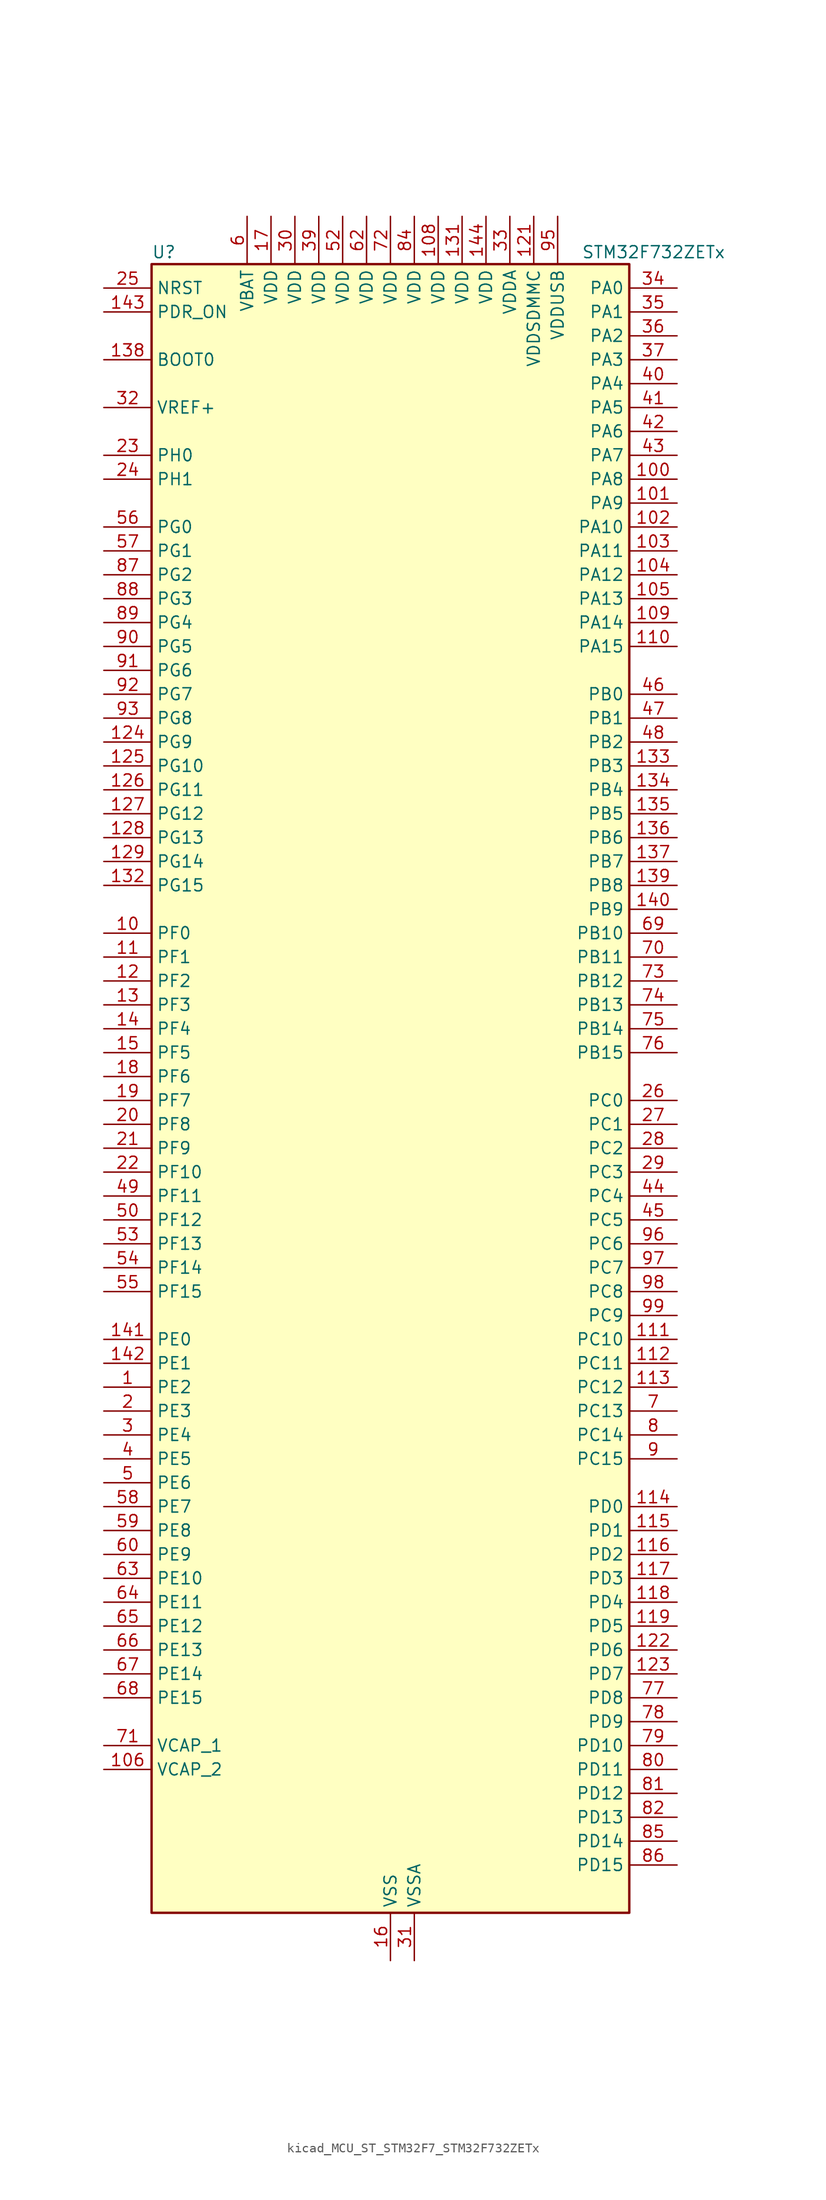
<source format=kicad_sym>
(kicad_symbol_lib
  (version 20220914)
  (generator kicad_symbol_editor)
  (symbol "kicad_MCU_ST_STM32F7_STM32F732ZETx"
    (property "Reference" "U"
      (at -25.4 90.17 0)
      (effects (font (size 1.27 1.27)) (justify left)))
    (property "Value" "STM32F732ZETx"
      (at 20.32 90.17 0)
      (effects (font (size 1.27 1.27)) (justify left)))
    (property "ki_locked" ""
      (at 0 0 0)
      (effects (font (size 1.27 1.27))))
    (symbol "kicad_MCU_ST_STM32F7_STM32F732ZETx_0_1"
      (rectangle (start -25.4 -86.36) (end 25.4 88.9) (stroke (width 0.254) (type default)) (fill (type background))))
    (symbol "kicad_MCU_ST_STM32F7_STM32F732ZETx_1_1"
      (pin bidirectional line (at -30.48 -30.48 0) (length 5.08) (name "PE2" (effects (font (size 1.27 1.27)))) (number "1" (effects (font (size 1.27 1.27)))) (alternate "FMC_A23" bidirectional line) (alternate "QUADSPI_BK1_IO2" bidirectional line) (alternate "SAI1_MCLK_A" bidirectional line) (alternate "SPI4_SCK" bidirectional line) (alternate "SYS_TRACECLK" bidirectional line))
      (pin bidirectional line (at -30.48 17.78 0) (length 5.08) (name "PF0" (effects (font (size 1.27 1.27)))) (number "10" (effects (font (size 1.27 1.27)))) (alternate "FMC_A0" bidirectional line) (alternate "I2C2_SDA" bidirectional line))
      (pin bidirectional line (at 30.48 66.04 180) (length 5.08) (name "PA8" (effects (font (size 1.27 1.27)))) (number "100" (effects (font (size 1.27 1.27)))) (alternate "I2C3_SCL" bidirectional line) (alternate "RCC_MCO_1" bidirectional line) (alternate "TIM1_CH1" bidirectional line) (alternate "TIM8_BKIN2" bidirectional line) (alternate "USART1_CK" bidirectional line) (alternate "USB_OTG_FS_SOF" bidirectional line))
      (pin bidirectional line (at 30.48 63.5 180) (length 5.08) (name "PA9" (effects (font (size 1.27 1.27)))) (number "101" (effects (font (size 1.27 1.27)))) (alternate "DAC_EXTI9" bidirectional line) (alternate "I2C3_SMBA" bidirectional line) (alternate "I2S2_CK" bidirectional line) (alternate "SPI2_SCK" bidirectional line) (alternate "TIM1_CH2" bidirectional line) (alternate "USART1_TX" bidirectional line) (alternate "USB_OTG_FS_VBUS" bidirectional line))
      (pin bidirectional line (at 30.48 60.96 180) (length 5.08) (name "PA10" (effects (font (size 1.27 1.27)))) (number "102" (effects (font (size 1.27 1.27)))) (alternate "TIM1_CH3" bidirectional line) (alternate "USART1_RX" bidirectional line) (alternate "USB_OTG_FS_ID" bidirectional line))
      (pin bidirectional line (at 30.48 58.42 180) (length 5.08) (name "PA11" (effects (font (size 1.27 1.27)))) (number "103" (effects (font (size 1.27 1.27)))) (alternate "ADC1_EXTI11" bidirectional line) (alternate "ADC2_EXTI11" bidirectional line) (alternate "ADC3_EXTI11" bidirectional line) (alternate "CAN1_RX" bidirectional line) (alternate "TIM1_CH4" bidirectional line) (alternate "USART1_CTS" bidirectional line) (alternate "USB_OTG_FS_DM" bidirectional line))
      (pin bidirectional line (at 30.48 55.88 180) (length 5.08) (name "PA12" (effects (font (size 1.27 1.27)))) (number "104" (effects (font (size 1.27 1.27)))) (alternate "CAN1_TX" bidirectional line) (alternate "SAI2_FS_B" bidirectional line) (alternate "TIM1_ETR" bidirectional line) (alternate "USART1_DE" bidirectional line) (alternate "USART1_RTS" bidirectional line) (alternate "USB_OTG_FS_DP" bidirectional line))
      (pin bidirectional line (at 30.48 53.34 180) (length 5.08) (name "PA13" (effects (font (size 1.27 1.27)))) (number "105" (effects (font (size 1.27 1.27)))) (alternate "SYS_JTMS-SWDIO" bidirectional line))
      (pin power_out line (at -30.48 -71.12 0) (length 5.08) (name "VCAP_2" (effects (font (size 1.27 1.27)))) (number "106" (effects (font (size 1.27 1.27)))))
      (pin passive line (at 0 -91.44 90) (length 5.08) hide (name "VSS" (effects (font (size 1.27 1.27)))) (number "107" (effects (font (size 1.27 1.27)))))
      (pin power_in line (at 5.08 93.98 270) (length 5.08) (name "VDD" (effects (font (size 1.27 1.27)))) (number "108" (effects (font (size 1.27 1.27)))))
      (pin bidirectional line (at 30.48 50.8 180) (length 5.08) (name "PA14" (effects (font (size 1.27 1.27)))) (number "109" (effects (font (size 1.27 1.27)))) (alternate "SYS_JTCK-SWCLK" bidirectional line))
      (pin bidirectional line (at -30.48 15.24 0) (length 5.08) (name "PF1" (effects (font (size 1.27 1.27)))) (number "11" (effects (font (size 1.27 1.27)))) (alternate "FMC_A1" bidirectional line) (alternate "I2C2_SCL" bidirectional line))
      (pin bidirectional line (at 30.48 48.26 180) (length 5.08) (name "PA15" (effects (font (size 1.27 1.27)))) (number "110" (effects (font (size 1.27 1.27)))) (alternate "I2S1_WS" bidirectional line) (alternate "I2S3_WS" bidirectional line) (alternate "SPI1_NSS" bidirectional line) (alternate "SPI3_NSS" bidirectional line) (alternate "SYS_JTDI" bidirectional line) (alternate "TIM2_CH1" bidirectional line) (alternate "TIM2_ETR" bidirectional line) (alternate "UART4_DE" bidirectional line) (alternate "UART4_RTS" bidirectional line))
      (pin bidirectional line (at 30.48 -25.4 180) (length 5.08) (name "PC10" (effects (font (size 1.27 1.27)))) (number "111" (effects (font (size 1.27 1.27)))) (alternate "I2S3_CK" bidirectional line) (alternate "QUADSPI_BK1_IO1" bidirectional line) (alternate "SDMMC1_D2" bidirectional line) (alternate "SPI3_SCK" bidirectional line) (alternate "UART4_TX" bidirectional line) (alternate "USART3_TX" bidirectional line))
      (pin bidirectional line (at 30.48 -27.94 180) (length 5.08) (name "PC11" (effects (font (size 1.27 1.27)))) (number "112" (effects (font (size 1.27 1.27)))) (alternate "ADC1_EXTI11" bidirectional line) (alternate "ADC2_EXTI11" bidirectional line) (alternate "ADC3_EXTI11" bidirectional line) (alternate "QUADSPI_BK2_NCS" bidirectional line) (alternate "SDMMC1_D3" bidirectional line) (alternate "SPI3_MISO" bidirectional line) (alternate "UART4_RX" bidirectional line) (alternate "USART3_RX" bidirectional line))
      (pin bidirectional line (at 30.48 -30.48 180) (length 5.08) (name "PC12" (effects (font (size 1.27 1.27)))) (number "113" (effects (font (size 1.27 1.27)))) (alternate "I2S3_SD" bidirectional line) (alternate "SDMMC1_CK" bidirectional line) (alternate "SPI3_MOSI" bidirectional line) (alternate "SYS_TRACED3" bidirectional line) (alternate "UART5_TX" bidirectional line) (alternate "USART3_CK" bidirectional line))
      (pin bidirectional line (at 30.48 -43.18 180) (length 5.08) (name "PD0" (effects (font (size 1.27 1.27)))) (number "114" (effects (font (size 1.27 1.27)))) (alternate "CAN1_RX" bidirectional line) (alternate "FMC_D2" bidirectional line) (alternate "FMC_DA2" bidirectional line))
      (pin bidirectional line (at 30.48 -45.72 180) (length 5.08) (name "PD1" (effects (font (size 1.27 1.27)))) (number "115" (effects (font (size 1.27 1.27)))) (alternate "CAN1_TX" bidirectional line) (alternate "FMC_D3" bidirectional line) (alternate "FMC_DA3" bidirectional line))
      (pin bidirectional line (at 30.48 -48.26 180) (length 5.08) (name "PD2" (effects (font (size 1.27 1.27)))) (number "116" (effects (font (size 1.27 1.27)))) (alternate "SDMMC1_CMD" bidirectional line) (alternate "SYS_TRACED2" bidirectional line) (alternate "TIM3_ETR" bidirectional line) (alternate "UART5_RX" bidirectional line))
      (pin bidirectional line (at 30.48 -50.8 180) (length 5.08) (name "PD3" (effects (font (size 1.27 1.27)))) (number "117" (effects (font (size 1.27 1.27)))) (alternate "FMC_CLK" bidirectional line) (alternate "I2S2_CK" bidirectional line) (alternate "SPI2_SCK" bidirectional line) (alternate "USART2_CTS" bidirectional line))
      (pin bidirectional line (at 30.48 -53.34 180) (length 5.08) (name "PD4" (effects (font (size 1.27 1.27)))) (number "118" (effects (font (size 1.27 1.27)))) (alternate "FMC_NOE" bidirectional line) (alternate "USART2_DE" bidirectional line) (alternate "USART2_RTS" bidirectional line))
      (pin bidirectional line (at 30.48 -55.88 180) (length 5.08) (name "PD5" (effects (font (size 1.27 1.27)))) (number "119" (effects (font (size 1.27 1.27)))) (alternate "FMC_NWE" bidirectional line) (alternate "USART2_TX" bidirectional line))
      (pin bidirectional line (at -30.48 12.7 0) (length 5.08) (name "PF2" (effects (font (size 1.27 1.27)))) (number "12" (effects (font (size 1.27 1.27)))) (alternate "FMC_A2" bidirectional line) (alternate "I2C2_SMBA" bidirectional line))
      (pin passive line (at 0 -91.44 90) (length 5.08) hide (name "VSS" (effects (font (size 1.27 1.27)))) (number "120" (effects (font (size 1.27 1.27)))))
      (pin power_in line (at 15.24 93.98 270) (length 5.08) (name "VDDSDMMC" (effects (font (size 1.27 1.27)))) (number "121" (effects (font (size 1.27 1.27)))))
      (pin bidirectional line (at 30.48 -58.42 180) (length 5.08) (name "PD6" (effects (font (size 1.27 1.27)))) (number "122" (effects (font (size 1.27 1.27)))) (alternate "FMC_NWAIT" bidirectional line) (alternate "I2S3_SD" bidirectional line) (alternate "SAI1_SD_A" bidirectional line) (alternate "SDMMC2_CK" bidirectional line) (alternate "SPI3_MOSI" bidirectional line) (alternate "USART2_RX" bidirectional line))
      (pin bidirectional line (at 30.48 -60.96 180) (length 5.08) (name "PD7" (effects (font (size 1.27 1.27)))) (number "123" (effects (font (size 1.27 1.27)))) (alternate "FMC_NE1" bidirectional line) (alternate "SDMMC2_CMD" bidirectional line) (alternate "USART2_CK" bidirectional line))
      (pin bidirectional line (at -30.48 38.1 0) (length 5.08) (name "PG9" (effects (font (size 1.27 1.27)))) (number "124" (effects (font (size 1.27 1.27)))) (alternate "DAC_EXTI9" bidirectional line) (alternate "FMC_NCE" bidirectional line) (alternate "FMC_NE2" bidirectional line) (alternate "QUADSPI_BK2_IO2" bidirectional line) (alternate "SAI2_FS_B" bidirectional line) (alternate "SDMMC2_D0" bidirectional line) (alternate "USART6_RX" bidirectional line))
      (pin bidirectional line (at -30.48 35.56 0) (length 5.08) (name "PG10" (effects (font (size 1.27 1.27)))) (number "125" (effects (font (size 1.27 1.27)))) (alternate "FMC_NE3" bidirectional line) (alternate "SAI2_SD_B" bidirectional line) (alternate "SDMMC2_D1" bidirectional line))
      (pin bidirectional line (at -30.48 33.02 0) (length 5.08) (name "PG11" (effects (font (size 1.27 1.27)))) (number "126" (effects (font (size 1.27 1.27)))) (alternate "ADC1_EXTI11" bidirectional line) (alternate "ADC2_EXTI11" bidirectional line) (alternate "ADC3_EXTI11" bidirectional line) (alternate "FMC_INT" bidirectional line) (alternate "SDMMC2_D2" bidirectional line))
      (pin bidirectional line (at -30.48 30.48 0) (length 5.08) (name "PG12" (effects (font (size 1.27 1.27)))) (number "127" (effects (font (size 1.27 1.27)))) (alternate "FMC_NE4" bidirectional line) (alternate "LPTIM1_IN1" bidirectional line) (alternate "SDMMC2_D3" bidirectional line) (alternate "USART6_DE" bidirectional line) (alternate "USART6_RTS" bidirectional line))
      (pin bidirectional line (at -30.48 27.94 0) (length 5.08) (name "PG13" (effects (font (size 1.27 1.27)))) (number "128" (effects (font (size 1.27 1.27)))) (alternate "FMC_A24" bidirectional line) (alternate "LPTIM1_OUT" bidirectional line) (alternate "SYS_TRACED0" bidirectional line) (alternate "USART6_CTS" bidirectional line))
      (pin bidirectional line (at -30.48 25.4 0) (length 5.08) (name "PG14" (effects (font (size 1.27 1.27)))) (number "129" (effects (font (size 1.27 1.27)))) (alternate "FMC_A25" bidirectional line) (alternate "LPTIM1_ETR" bidirectional line) (alternate "QUADSPI_BK2_IO3" bidirectional line) (alternate "SYS_TRACED1" bidirectional line) (alternate "USART6_TX" bidirectional line))
      (pin bidirectional line (at -30.48 10.16 0) (length 5.08) (name "PF3" (effects (font (size 1.27 1.27)))) (number "13" (effects (font (size 1.27 1.27)))) (alternate "ADC3_IN9" bidirectional line) (alternate "FMC_A3" bidirectional line))
      (pin passive line (at 0 -91.44 90) (length 5.08) hide (name "VSS" (effects (font (size 1.27 1.27)))) (number "130" (effects (font (size 1.27 1.27)))))
      (pin power_in line (at 7.62 93.98 270) (length 5.08) (name "VDD" (effects (font (size 1.27 1.27)))) (number "131" (effects (font (size 1.27 1.27)))))
      (pin bidirectional line (at -30.48 22.86 0) (length 5.08) (name "PG15" (effects (font (size 1.27 1.27)))) (number "132" (effects (font (size 1.27 1.27)))) (alternate "FMC_SDNCAS" bidirectional line) (alternate "USART6_CTS" bidirectional line))
      (pin bidirectional line (at 30.48 35.56 180) (length 5.08) (name "PB3" (effects (font (size 1.27 1.27)))) (number "133" (effects (font (size 1.27 1.27)))) (alternate "I2S1_CK" bidirectional line) (alternate "I2S3_CK" bidirectional line) (alternate "SDMMC2_D2" bidirectional line) (alternate "SPI1_SCK" bidirectional line) (alternate "SPI3_SCK" bidirectional line) (alternate "SYS_JTDO-SWO" bidirectional line) (alternate "TIM2_CH2" bidirectional line))
      (pin bidirectional line (at 30.48 33.02 180) (length 5.08) (name "PB4" (effects (font (size 1.27 1.27)))) (number "134" (effects (font (size 1.27 1.27)))) (alternate "I2S2_WS" bidirectional line) (alternate "SDMMC2_D3" bidirectional line) (alternate "SPI1_MISO" bidirectional line) (alternate "SPI2_NSS" bidirectional line) (alternate "SPI3_MISO" bidirectional line) (alternate "SYS_JTRST" bidirectional line) (alternate "TIM3_CH1" bidirectional line))
      (pin bidirectional line (at 30.48 30.48 180) (length 5.08) (name "PB5" (effects (font (size 1.27 1.27)))) (number "135" (effects (font (size 1.27 1.27)))) (alternate "FMC_SDCKE1" bidirectional line) (alternate "I2C1_SMBA" bidirectional line) (alternate "I2S1_SD" bidirectional line) (alternate "I2S3_SD" bidirectional line) (alternate "SPI1_MOSI" bidirectional line) (alternate "SPI3_MOSI" bidirectional line) (alternate "TIM3_CH2" bidirectional line) (alternate "USB_OTG_HS_ULPI_D7" bidirectional line))
      (pin bidirectional line (at 30.48 27.94 180) (length 5.08) (name "PB6" (effects (font (size 1.27 1.27)))) (number "136" (effects (font (size 1.27 1.27)))) (alternate "FMC_SDNE1" bidirectional line) (alternate "I2C1_SCL" bidirectional line) (alternate "QUADSPI_BK1_NCS" bidirectional line) (alternate "TIM4_CH1" bidirectional line) (alternate "USART1_TX" bidirectional line))
      (pin bidirectional line (at 30.48 25.4 180) (length 5.08) (name "PB7" (effects (font (size 1.27 1.27)))) (number "137" (effects (font (size 1.27 1.27)))) (alternate "FMC_NL" bidirectional line) (alternate "I2C1_SDA" bidirectional line) (alternate "TIM4_CH2" bidirectional line) (alternate "USART1_RX" bidirectional line))
      (pin input line (at -30.48 78.74 0) (length 5.08) (name "BOOT0" (effects (font (size 1.27 1.27)))) (number "138" (effects (font (size 1.27 1.27)))))
      (pin bidirectional line (at 30.48 22.86 180) (length 5.08) (name "PB8" (effects (font (size 1.27 1.27)))) (number "139" (effects (font (size 1.27 1.27)))) (alternate "CAN1_RX" bidirectional line) (alternate "I2C1_SCL" bidirectional line) (alternate "SDMMC1_D4" bidirectional line) (alternate "SDMMC2_D4" bidirectional line) (alternate "TIM10_CH1" bidirectional line) (alternate "TIM4_CH3" bidirectional line))
      (pin bidirectional line (at -30.48 7.62 0) (length 5.08) (name "PF4" (effects (font (size 1.27 1.27)))) (number "14" (effects (font (size 1.27 1.27)))) (alternate "ADC3_IN14" bidirectional line) (alternate "FMC_A4" bidirectional line))
      (pin bidirectional line (at 30.48 20.32 180) (length 5.08) (name "PB9" (effects (font (size 1.27 1.27)))) (number "140" (effects (font (size 1.27 1.27)))) (alternate "CAN1_TX" bidirectional line) (alternate "DAC_EXTI9" bidirectional line) (alternate "I2C1_SDA" bidirectional line) (alternate "I2S2_WS" bidirectional line) (alternate "SDMMC1_D5" bidirectional line) (alternate "SDMMC2_D5" bidirectional line) (alternate "SPI2_NSS" bidirectional line) (alternate "TIM11_CH1" bidirectional line) (alternate "TIM4_CH4" bidirectional line))
      (pin bidirectional line (at -30.48 -25.4 0) (length 5.08) (name "PE0" (effects (font (size 1.27 1.27)))) (number "141" (effects (font (size 1.27 1.27)))) (alternate "FMC_NBL0" bidirectional line) (alternate "LPTIM1_ETR" bidirectional line) (alternate "SAI2_MCLK_A" bidirectional line) (alternate "TIM4_ETR" bidirectional line) (alternate "UART8_RX" bidirectional line))
      (pin bidirectional line (at -30.48 -27.94 0) (length 5.08) (name "PE1" (effects (font (size 1.27 1.27)))) (number "142" (effects (font (size 1.27 1.27)))) (alternate "FMC_NBL1" bidirectional line) (alternate "LPTIM1_IN2" bidirectional line) (alternate "UART8_TX" bidirectional line))
      (pin input line (at -30.48 83.82 0) (length 5.08) (name "PDR_ON" (effects (font (size 1.27 1.27)))) (number "143" (effects (font (size 1.27 1.27)))))
      (pin power_in line (at 10.16 93.98 270) (length 5.08) (name "VDD" (effects (font (size 1.27 1.27)))) (number "144" (effects (font (size 1.27 1.27)))))
      (pin bidirectional line (at -30.48 5.08 0) (length 5.08) (name "PF5" (effects (font (size 1.27 1.27)))) (number "15" (effects (font (size 1.27 1.27)))) (alternate "ADC3_IN15" bidirectional line) (alternate "FMC_A5" bidirectional line))
      (pin power_in line (at 0 -91.44 90) (length 5.08) (name "VSS" (effects (font (size 1.27 1.27)))) (number "16" (effects (font (size 1.27 1.27)))))
      (pin power_in line (at -12.7 93.98 270) (length 5.08) (name "VDD" (effects (font (size 1.27 1.27)))) (number "17" (effects (font (size 1.27 1.27)))))
      (pin bidirectional line (at -30.48 2.54 0) (length 5.08) (name "PF6" (effects (font (size 1.27 1.27)))) (number "18" (effects (font (size 1.27 1.27)))) (alternate "ADC3_IN4" bidirectional line) (alternate "QUADSPI_BK1_IO3" bidirectional line) (alternate "SAI1_SD_B" bidirectional line) (alternate "SPI5_NSS" bidirectional line) (alternate "TIM10_CH1" bidirectional line) (alternate "UART7_RX" bidirectional line))
      (pin bidirectional line (at -30.48 0 0) (length 5.08) (name "PF7" (effects (font (size 1.27 1.27)))) (number "19" (effects (font (size 1.27 1.27)))) (alternate "ADC3_IN5" bidirectional line) (alternate "QUADSPI_BK1_IO2" bidirectional line) (alternate "SAI1_MCLK_B" bidirectional line) (alternate "SPI5_SCK" bidirectional line) (alternate "TIM11_CH1" bidirectional line) (alternate "UART7_TX" bidirectional line))
      (pin bidirectional line (at -30.48 -33.02 0) (length 5.08) (name "PE3" (effects (font (size 1.27 1.27)))) (number "2" (effects (font (size 1.27 1.27)))) (alternate "FMC_A19" bidirectional line) (alternate "SAI1_SD_B" bidirectional line) (alternate "SYS_TRACED0" bidirectional line))
      (pin bidirectional line (at -30.48 -2.54 0) (length 5.08) (name "PF8" (effects (font (size 1.27 1.27)))) (number "20" (effects (font (size 1.27 1.27)))) (alternate "ADC3_IN6" bidirectional line) (alternate "QUADSPI_BK1_IO0" bidirectional line) (alternate "SAI1_SCK_B" bidirectional line) (alternate "SPI5_MISO" bidirectional line) (alternate "TIM13_CH1" bidirectional line) (alternate "UART7_DE" bidirectional line) (alternate "UART7_RTS" bidirectional line))
      (pin bidirectional line (at -30.48 -5.08 0) (length 5.08) (name "PF9" (effects (font (size 1.27 1.27)))) (number "21" (effects (font (size 1.27 1.27)))) (alternate "ADC3_IN7" bidirectional line) (alternate "DAC_EXTI9" bidirectional line) (alternate "QUADSPI_BK1_IO1" bidirectional line) (alternate "SAI1_FS_B" bidirectional line) (alternate "SPI5_MOSI" bidirectional line) (alternate "TIM14_CH1" bidirectional line) (alternate "UART7_CTS" bidirectional line))
      (pin bidirectional line (at -30.48 -7.62 0) (length 5.08) (name "PF10" (effects (font (size 1.27 1.27)))) (number "22" (effects (font (size 1.27 1.27)))) (alternate "ADC3_IN8" bidirectional line))
      (pin bidirectional line (at -30.48 68.58 0) (length 5.08) (name "PH0" (effects (font (size 1.27 1.27)))) (number "23" (effects (font (size 1.27 1.27)))) (alternate "RCC_OSC_IN" bidirectional line))
      (pin bidirectional line (at -30.48 66.04 0) (length 5.08) (name "PH1" (effects (font (size 1.27 1.27)))) (number "24" (effects (font (size 1.27 1.27)))) (alternate "RCC_OSC_OUT" bidirectional line))
      (pin input line (at -30.48 86.36 0) (length 5.08) (name "NRST" (effects (font (size 1.27 1.27)))) (number "25" (effects (font (size 1.27 1.27)))))
      (pin bidirectional line (at 30.48 0 180) (length 5.08) (name "PC0" (effects (font (size 1.27 1.27)))) (number "26" (effects (font (size 1.27 1.27)))) (alternate "ADC1_IN10" bidirectional line) (alternate "ADC2_IN10" bidirectional line) (alternate "ADC3_IN10" bidirectional line) (alternate "FMC_SDNWE" bidirectional line) (alternate "SAI2_FS_B" bidirectional line) (alternate "USB_OTG_HS_ULPI_STP" bidirectional line))
      (pin bidirectional line (at 30.48 -2.54 180) (length 5.08) (name "PC1" (effects (font (size 1.27 1.27)))) (number "27" (effects (font (size 1.27 1.27)))) (alternate "ADC1_IN11" bidirectional line) (alternate "ADC2_IN11" bidirectional line) (alternate "ADC3_IN11" bidirectional line) (alternate "I2S2_SD" bidirectional line) (alternate "RTC_TAMP3" bidirectional line) (alternate "RTC_TS" bidirectional line) (alternate "SAI1_SD_A" bidirectional line) (alternate "SPI2_MOSI" bidirectional line) (alternate "SYS_TRACED0" bidirectional line) (alternate "SYS_WKUP3" bidirectional line))
      (pin bidirectional line (at 30.48 -5.08 180) (length 5.08) (name "PC2" (effects (font (size 1.27 1.27)))) (number "28" (effects (font (size 1.27 1.27)))) (alternate "ADC1_IN12" bidirectional line) (alternate "ADC2_IN12" bidirectional line) (alternate "ADC3_IN12" bidirectional line) (alternate "FMC_SDNE0" bidirectional line) (alternate "SPI2_MISO" bidirectional line) (alternate "USB_OTG_HS_ULPI_DIR" bidirectional line))
      (pin bidirectional line (at 30.48 -7.62 180) (length 5.08) (name "PC3" (effects (font (size 1.27 1.27)))) (number "29" (effects (font (size 1.27 1.27)))) (alternate "ADC1_IN13" bidirectional line) (alternate "ADC2_IN13" bidirectional line) (alternate "ADC3_IN13" bidirectional line) (alternate "FMC_SDCKE0" bidirectional line) (alternate "I2S2_SD" bidirectional line) (alternate "SPI2_MOSI" bidirectional line) (alternate "USB_OTG_HS_ULPI_NXT" bidirectional line))
      (pin bidirectional line (at -30.48 -35.56 0) (length 5.08) (name "PE4" (effects (font (size 1.27 1.27)))) (number "3" (effects (font (size 1.27 1.27)))) (alternate "FMC_A20" bidirectional line) (alternate "SAI1_FS_A" bidirectional line) (alternate "SPI4_NSS" bidirectional line) (alternate "SYS_TRACED1" bidirectional line))
      (pin power_in line (at -10.16 93.98 270) (length 5.08) (name "VDD" (effects (font (size 1.27 1.27)))) (number "30" (effects (font (size 1.27 1.27)))))
      (pin power_in line (at 2.54 -91.44 90) (length 5.08) (name "VSSA" (effects (font (size 1.27 1.27)))) (number "31" (effects (font (size 1.27 1.27)))))
      (pin input line (at -30.48 73.66 0) (length 5.08) (name "VREF+" (effects (font (size 1.27 1.27)))) (number "32" (effects (font (size 1.27 1.27)))))
      (pin power_in line (at 12.7 93.98 270) (length 5.08) (name "VDDA" (effects (font (size 1.27 1.27)))) (number "33" (effects (font (size 1.27 1.27)))))
      (pin bidirectional line (at 30.48 86.36 180) (length 5.08) (name "PA0" (effects (font (size 1.27 1.27)))) (number "34" (effects (font (size 1.27 1.27)))) (alternate "ADC1_IN0" bidirectional line) (alternate "ADC2_IN0" bidirectional line) (alternate "ADC3_IN0" bidirectional line) (alternate "SAI2_SD_B" bidirectional line) (alternate "SYS_WKUP1" bidirectional line) (alternate "TIM2_CH1" bidirectional line) (alternate "TIM2_ETR" bidirectional line) (alternate "TIM5_CH1" bidirectional line) (alternate "TIM8_ETR" bidirectional line) (alternate "UART4_TX" bidirectional line) (alternate "USART2_CTS" bidirectional line))
      (pin bidirectional line (at 30.48 83.82 180) (length 5.08) (name "PA1" (effects (font (size 1.27 1.27)))) (number "35" (effects (font (size 1.27 1.27)))) (alternate "ADC1_IN1" bidirectional line) (alternate "ADC2_IN1" bidirectional line) (alternate "ADC3_IN1" bidirectional line) (alternate "QUADSPI_BK1_IO3" bidirectional line) (alternate "SAI2_MCLK_B" bidirectional line) (alternate "TIM2_CH2" bidirectional line) (alternate "TIM5_CH2" bidirectional line) (alternate "UART4_RX" bidirectional line) (alternate "USART2_DE" bidirectional line) (alternate "USART2_RTS" bidirectional line))
      (pin bidirectional line (at 30.48 81.28 180) (length 5.08) (name "PA2" (effects (font (size 1.27 1.27)))) (number "36" (effects (font (size 1.27 1.27)))) (alternate "ADC1_IN2" bidirectional line) (alternate "ADC2_IN2" bidirectional line) (alternate "ADC3_IN2" bidirectional line) (alternate "SAI2_SCK_B" bidirectional line) (alternate "SYS_WKUP2" bidirectional line) (alternate "TIM2_CH3" bidirectional line) (alternate "TIM5_CH3" bidirectional line) (alternate "TIM9_CH1" bidirectional line) (alternate "USART2_TX" bidirectional line))
      (pin bidirectional line (at 30.48 78.74 180) (length 5.08) (name "PA3" (effects (font (size 1.27 1.27)))) (number "37" (effects (font (size 1.27 1.27)))) (alternate "ADC1_IN3" bidirectional line) (alternate "ADC2_IN3" bidirectional line) (alternate "ADC3_IN3" bidirectional line) (alternate "TIM2_CH4" bidirectional line) (alternate "TIM5_CH4" bidirectional line) (alternate "TIM9_CH2" bidirectional line) (alternate "USART2_RX" bidirectional line) (alternate "USB_OTG_HS_ULPI_D0" bidirectional line))
      (pin passive line (at 0 -91.44 90) (length 5.08) hide (name "VSS" (effects (font (size 1.27 1.27)))) (number "38" (effects (font (size 1.27 1.27)))))
      (pin power_in line (at -7.62 93.98 270) (length 5.08) (name "VDD" (effects (font (size 1.27 1.27)))) (number "39" (effects (font (size 1.27 1.27)))))
      (pin bidirectional line (at -30.48 -38.1 0) (length 5.08) (name "PE5" (effects (font (size 1.27 1.27)))) (number "4" (effects (font (size 1.27 1.27)))) (alternate "FMC_A21" bidirectional line) (alternate "SAI1_SCK_A" bidirectional line) (alternate "SPI4_MISO" bidirectional line) (alternate "SYS_TRACED2" bidirectional line) (alternate "TIM9_CH1" bidirectional line))
      (pin bidirectional line (at 30.48 76.2 180) (length 5.08) (name "PA4" (effects (font (size 1.27 1.27)))) (number "40" (effects (font (size 1.27 1.27)))) (alternate "ADC1_IN4" bidirectional line) (alternate "ADC2_IN4" bidirectional line) (alternate "DAC_OUT1" bidirectional line) (alternate "I2S1_WS" bidirectional line) (alternate "I2S3_WS" bidirectional line) (alternate "SPI1_NSS" bidirectional line) (alternate "SPI3_NSS" bidirectional line) (alternate "USART2_CK" bidirectional line) (alternate "USB_OTG_HS_SOF" bidirectional line))
      (pin bidirectional line (at 30.48 73.66 180) (length 5.08) (name "PA5" (effects (font (size 1.27 1.27)))) (number "41" (effects (font (size 1.27 1.27)))) (alternate "ADC1_IN5" bidirectional line) (alternate "ADC2_IN5" bidirectional line) (alternate "DAC_OUT2" bidirectional line) (alternate "I2S1_CK" bidirectional line) (alternate "SPI1_SCK" bidirectional line) (alternate "TIM2_CH1" bidirectional line) (alternate "TIM2_ETR" bidirectional line) (alternate "TIM8_CH1N" bidirectional line) (alternate "USB_OTG_HS_ULPI_CK" bidirectional line))
      (pin bidirectional line (at 30.48 71.12 180) (length 5.08) (name "PA6" (effects (font (size 1.27 1.27)))) (number "42" (effects (font (size 1.27 1.27)))) (alternate "ADC1_IN6" bidirectional line) (alternate "ADC2_IN6" bidirectional line) (alternate "SPI1_MISO" bidirectional line) (alternate "TIM13_CH1" bidirectional line) (alternate "TIM1_BKIN" bidirectional line) (alternate "TIM3_CH1" bidirectional line) (alternate "TIM8_BKIN" bidirectional line))
      (pin bidirectional line (at 30.48 68.58 180) (length 5.08) (name "PA7" (effects (font (size 1.27 1.27)))) (number "43" (effects (font (size 1.27 1.27)))) (alternate "ADC1_IN7" bidirectional line) (alternate "ADC2_IN7" bidirectional line) (alternate "FMC_SDNWE" bidirectional line) (alternate "I2S1_SD" bidirectional line) (alternate "SPI1_MOSI" bidirectional line) (alternate "TIM14_CH1" bidirectional line) (alternate "TIM1_CH1N" bidirectional line) (alternate "TIM3_CH2" bidirectional line) (alternate "TIM8_CH1N" bidirectional line))
      (pin bidirectional line (at 30.48 -10.16 180) (length 5.08) (name "PC4" (effects (font (size 1.27 1.27)))) (number "44" (effects (font (size 1.27 1.27)))) (alternate "ADC1_IN14" bidirectional line) (alternate "ADC2_IN14" bidirectional line) (alternate "FMC_SDNE0" bidirectional line) (alternate "I2S1_MCK" bidirectional line))
      (pin bidirectional line (at 30.48 -12.7 180) (length 5.08) (name "PC5" (effects (font (size 1.27 1.27)))) (number "45" (effects (font (size 1.27 1.27)))) (alternate "ADC1_IN15" bidirectional line) (alternate "ADC2_IN15" bidirectional line) (alternate "FMC_SDCKE0" bidirectional line))
      (pin bidirectional line (at 30.48 43.18 180) (length 5.08) (name "PB0" (effects (font (size 1.27 1.27)))) (number "46" (effects (font (size 1.27 1.27)))) (alternate "ADC1_IN8" bidirectional line) (alternate "ADC2_IN8" bidirectional line) (alternate "TIM1_CH2N" bidirectional line) (alternate "TIM3_CH3" bidirectional line) (alternate "TIM8_CH2N" bidirectional line) (alternate "UART4_CTS" bidirectional line) (alternate "USB_OTG_HS_ULPI_D1" bidirectional line))
      (pin bidirectional line (at 30.48 40.64 180) (length 5.08) (name "PB1" (effects (font (size 1.27 1.27)))) (number "47" (effects (font (size 1.27 1.27)))) (alternate "ADC1_IN9" bidirectional line) (alternate "ADC2_IN9" bidirectional line) (alternate "TIM1_CH3N" bidirectional line) (alternate "TIM3_CH4" bidirectional line) (alternate "TIM8_CH3N" bidirectional line) (alternate "USB_OTG_HS_ULPI_D2" bidirectional line))
      (pin bidirectional line (at 30.48 38.1 180) (length 5.08) (name "PB2" (effects (font (size 1.27 1.27)))) (number "48" (effects (font (size 1.27 1.27)))) (alternate "I2S3_SD" bidirectional line) (alternate "QUADSPI_CLK" bidirectional line) (alternate "SAI1_SD_A" bidirectional line) (alternate "SPI3_MOSI" bidirectional line))
      (pin bidirectional line (at -30.48 -10.16 0) (length 5.08) (name "PF11" (effects (font (size 1.27 1.27)))) (number "49" (effects (font (size 1.27 1.27)))) (alternate "ADC1_EXTI11" bidirectional line) (alternate "ADC2_EXTI11" bidirectional line) (alternate "ADC3_EXTI11" bidirectional line) (alternate "FMC_SDNRAS" bidirectional line) (alternate "SAI2_SD_B" bidirectional line) (alternate "SPI5_MOSI" bidirectional line))
      (pin bidirectional line (at -30.48 -40.64 0) (length 5.08) (name "PE6" (effects (font (size 1.27 1.27)))) (number "5" (effects (font (size 1.27 1.27)))) (alternate "FMC_A22" bidirectional line) (alternate "SAI1_SD_A" bidirectional line) (alternate "SAI2_MCLK_B" bidirectional line) (alternate "SPI4_MOSI" bidirectional line) (alternate "SYS_TRACED3" bidirectional line) (alternate "TIM1_BKIN2" bidirectional line) (alternate "TIM9_CH2" bidirectional line))
      (pin bidirectional line (at -30.48 -12.7 0) (length 5.08) (name "PF12" (effects (font (size 1.27 1.27)))) (number "50" (effects (font (size 1.27 1.27)))) (alternate "FMC_A6" bidirectional line))
      (pin passive line (at 0 -91.44 90) (length 5.08) hide (name "VSS" (effects (font (size 1.27 1.27)))) (number "51" (effects (font (size 1.27 1.27)))))
      (pin power_in line (at -5.08 93.98 270) (length 5.08) (name "VDD" (effects (font (size 1.27 1.27)))) (number "52" (effects (font (size 1.27 1.27)))))
      (pin bidirectional line (at -30.48 -15.24 0) (length 5.08) (name "PF13" (effects (font (size 1.27 1.27)))) (number "53" (effects (font (size 1.27 1.27)))) (alternate "FMC_A7" bidirectional line))
      (pin bidirectional line (at -30.48 -17.78 0) (length 5.08) (name "PF14" (effects (font (size 1.27 1.27)))) (number "54" (effects (font (size 1.27 1.27)))) (alternate "FMC_A8" bidirectional line))
      (pin bidirectional line (at -30.48 -20.32 0) (length 5.08) (name "PF15" (effects (font (size 1.27 1.27)))) (number "55" (effects (font (size 1.27 1.27)))) (alternate "FMC_A9" bidirectional line))
      (pin bidirectional line (at -30.48 60.96 0) (length 5.08) (name "PG0" (effects (font (size 1.27 1.27)))) (number "56" (effects (font (size 1.27 1.27)))) (alternate "FMC_A10" bidirectional line))
      (pin bidirectional line (at -30.48 58.42 0) (length 5.08) (name "PG1" (effects (font (size 1.27 1.27)))) (number "57" (effects (font (size 1.27 1.27)))) (alternate "FMC_A11" bidirectional line))
      (pin bidirectional line (at -30.48 -43.18 0) (length 5.08) (name "PE7" (effects (font (size 1.27 1.27)))) (number "58" (effects (font (size 1.27 1.27)))) (alternate "FMC_D4" bidirectional line) (alternate "FMC_DA4" bidirectional line) (alternate "QUADSPI_BK2_IO0" bidirectional line) (alternate "TIM1_ETR" bidirectional line) (alternate "UART7_RX" bidirectional line))
      (pin bidirectional line (at -30.48 -45.72 0) (length 5.08) (name "PE8" (effects (font (size 1.27 1.27)))) (number "59" (effects (font (size 1.27 1.27)))) (alternate "FMC_D5" bidirectional line) (alternate "FMC_DA5" bidirectional line) (alternate "QUADSPI_BK2_IO1" bidirectional line) (alternate "TIM1_CH1N" bidirectional line) (alternate "UART7_TX" bidirectional line))
      (pin power_in line (at -15.24 93.98 270) (length 5.08) (name "VBAT" (effects (font (size 1.27 1.27)))) (number "6" (effects (font (size 1.27 1.27)))))
      (pin bidirectional line (at -30.48 -48.26 0) (length 5.08) (name "PE9" (effects (font (size 1.27 1.27)))) (number "60" (effects (font (size 1.27 1.27)))) (alternate "DAC_EXTI9" bidirectional line) (alternate "FMC_D6" bidirectional line) (alternate "FMC_DA6" bidirectional line) (alternate "QUADSPI_BK2_IO2" bidirectional line) (alternate "TIM1_CH1" bidirectional line) (alternate "UART7_DE" bidirectional line) (alternate "UART7_RTS" bidirectional line))
      (pin passive line (at 0 -91.44 90) (length 5.08) hide (name "VSS" (effects (font (size 1.27 1.27)))) (number "61" (effects (font (size 1.27 1.27)))))
      (pin power_in line (at -2.54 93.98 270) (length 5.08) (name "VDD" (effects (font (size 1.27 1.27)))) (number "62" (effects (font (size 1.27 1.27)))))
      (pin bidirectional line (at -30.48 -50.8 0) (length 5.08) (name "PE10" (effects (font (size 1.27 1.27)))) (number "63" (effects (font (size 1.27 1.27)))) (alternate "FMC_D7" bidirectional line) (alternate "FMC_DA7" bidirectional line) (alternate "QUADSPI_BK2_IO3" bidirectional line) (alternate "TIM1_CH2N" bidirectional line) (alternate "UART7_CTS" bidirectional line))
      (pin bidirectional line (at -30.48 -53.34 0) (length 5.08) (name "PE11" (effects (font (size 1.27 1.27)))) (number "64" (effects (font (size 1.27 1.27)))) (alternate "ADC1_EXTI11" bidirectional line) (alternate "ADC2_EXTI11" bidirectional line) (alternate "ADC3_EXTI11" bidirectional line) (alternate "FMC_D8" bidirectional line) (alternate "FMC_DA8" bidirectional line) (alternate "SAI2_SD_B" bidirectional line) (alternate "SPI4_NSS" bidirectional line) (alternate "TIM1_CH2" bidirectional line))
      (pin bidirectional line (at -30.48 -55.88 0) (length 5.08) (name "PE12" (effects (font (size 1.27 1.27)))) (number "65" (effects (font (size 1.27 1.27)))) (alternate "FMC_D9" bidirectional line) (alternate "FMC_DA9" bidirectional line) (alternate "SAI2_SCK_B" bidirectional line) (alternate "SPI4_SCK" bidirectional line) (alternate "TIM1_CH3N" bidirectional line))
      (pin bidirectional line (at -30.48 -58.42 0) (length 5.08) (name "PE13" (effects (font (size 1.27 1.27)))) (number "66" (effects (font (size 1.27 1.27)))) (alternate "FMC_D10" bidirectional line) (alternate "FMC_DA10" bidirectional line) (alternate "SAI2_FS_B" bidirectional line) (alternate "SPI4_MISO" bidirectional line) (alternate "TIM1_CH3" bidirectional line))
      (pin bidirectional line (at -30.48 -60.96 0) (length 5.08) (name "PE14" (effects (font (size 1.27 1.27)))) (number "67" (effects (font (size 1.27 1.27)))) (alternate "FMC_D11" bidirectional line) (alternate "FMC_DA11" bidirectional line) (alternate "SAI2_MCLK_B" bidirectional line) (alternate "SPI4_MOSI" bidirectional line) (alternate "TIM1_CH4" bidirectional line))
      (pin bidirectional line (at -30.48 -63.5 0) (length 5.08) (name "PE15" (effects (font (size 1.27 1.27)))) (number "68" (effects (font (size 1.27 1.27)))) (alternate "FMC_D12" bidirectional line) (alternate "FMC_DA12" bidirectional line) (alternate "TIM1_BKIN" bidirectional line))
      (pin bidirectional line (at 30.48 17.78 180) (length 5.08) (name "PB10" (effects (font (size 1.27 1.27)))) (number "69" (effects (font (size 1.27 1.27)))) (alternate "I2C2_SCL" bidirectional line) (alternate "I2S2_CK" bidirectional line) (alternate "SPI2_SCK" bidirectional line) (alternate "TIM2_CH3" bidirectional line) (alternate "USART3_TX" bidirectional line) (alternate "USB_OTG_HS_ULPI_D3" bidirectional line))
      (pin bidirectional line (at 30.48 -33.02 180) (length 5.08) (name "PC13" (effects (font (size 1.27 1.27)))) (number "7" (effects (font (size 1.27 1.27)))) (alternate "RTC_OUT" bidirectional line) (alternate "RTC_TAMP1" bidirectional line) (alternate "RTC_TS" bidirectional line) (alternate "SYS_WKUP4" bidirectional line))
      (pin bidirectional line (at 30.48 15.24 180) (length 5.08) (name "PB11" (effects (font (size 1.27 1.27)))) (number "70" (effects (font (size 1.27 1.27)))) (alternate "ADC1_EXTI11" bidirectional line) (alternate "ADC2_EXTI11" bidirectional line) (alternate "ADC3_EXTI11" bidirectional line) (alternate "I2C2_SDA" bidirectional line) (alternate "TIM2_CH4" bidirectional line) (alternate "USART3_RX" bidirectional line) (alternate "USB_OTG_HS_ULPI_D4" bidirectional line))
      (pin power_out line (at -30.48 -68.58 0) (length 5.08) (name "VCAP_1" (effects (font (size 1.27 1.27)))) (number "71" (effects (font (size 1.27 1.27)))))
      (pin power_in line (at 0 93.98 270) (length 5.08) (name "VDD" (effects (font (size 1.27 1.27)))) (number "72" (effects (font (size 1.27 1.27)))))
      (pin bidirectional line (at 30.48 12.7 180) (length 5.08) (name "PB12" (effects (font (size 1.27 1.27)))) (number "73" (effects (font (size 1.27 1.27)))) (alternate "I2C2_SMBA" bidirectional line) (alternate "I2S2_WS" bidirectional line) (alternate "SPI2_NSS" bidirectional line) (alternate "TIM1_BKIN" bidirectional line) (alternate "USART3_CK" bidirectional line) (alternate "USB_OTG_HS_ID" bidirectional line) (alternate "USB_OTG_HS_ULPI_D5" bidirectional line))
      (pin bidirectional line (at 30.48 10.16 180) (length 5.08) (name "PB13" (effects (font (size 1.27 1.27)))) (number "74" (effects (font (size 1.27 1.27)))) (alternate "I2S2_CK" bidirectional line) (alternate "SPI2_SCK" bidirectional line) (alternate "TIM1_CH1N" bidirectional line) (alternate "USART3_CTS" bidirectional line) (alternate "USB_OTG_HS_ULPI_D6" bidirectional line) (alternate "USB_OTG_HS_VBUS" bidirectional line))
      (pin bidirectional line (at 30.48 7.62 180) (length 5.08) (name "PB14" (effects (font (size 1.27 1.27)))) (number "75" (effects (font (size 1.27 1.27)))) (alternate "SDMMC2_D0" bidirectional line) (alternate "SPI2_MISO" bidirectional line) (alternate "TIM12_CH1" bidirectional line) (alternate "TIM1_CH2N" bidirectional line) (alternate "TIM8_CH2N" bidirectional line) (alternate "USART3_DE" bidirectional line) (alternate "USART3_RTS" bidirectional line) (alternate "USB_OTG_HS_DM" bidirectional line))
      (pin bidirectional line (at 30.48 5.08 180) (length 5.08) (name "PB15" (effects (font (size 1.27 1.27)))) (number "76" (effects (font (size 1.27 1.27)))) (alternate "I2S2_SD" bidirectional line) (alternate "RTC_REFIN" bidirectional line) (alternate "SDMMC2_D1" bidirectional line) (alternate "SPI2_MOSI" bidirectional line) (alternate "TIM12_CH2" bidirectional line) (alternate "TIM1_CH3N" bidirectional line) (alternate "TIM8_CH3N" bidirectional line) (alternate "USB_OTG_HS_DP" bidirectional line))
      (pin bidirectional line (at 30.48 -63.5 180) (length 5.08) (name "PD8" (effects (font (size 1.27 1.27)))) (number "77" (effects (font (size 1.27 1.27)))) (alternate "FMC_D13" bidirectional line) (alternate "FMC_DA13" bidirectional line) (alternate "USART3_TX" bidirectional line))
      (pin bidirectional line (at 30.48 -66.04 180) (length 5.08) (name "PD9" (effects (font (size 1.27 1.27)))) (number "78" (effects (font (size 1.27 1.27)))) (alternate "DAC_EXTI9" bidirectional line) (alternate "FMC_D14" bidirectional line) (alternate "FMC_DA14" bidirectional line) (alternate "USART3_RX" bidirectional line))
      (pin bidirectional line (at 30.48 -68.58 180) (length 5.08) (name "PD10" (effects (font (size 1.27 1.27)))) (number "79" (effects (font (size 1.27 1.27)))) (alternate "FMC_D15" bidirectional line) (alternate "FMC_DA15" bidirectional line) (alternate "USART3_CK" bidirectional line))
      (pin bidirectional line (at 30.48 -35.56 180) (length 5.08) (name "PC14" (effects (font (size 1.27 1.27)))) (number "8" (effects (font (size 1.27 1.27)))) (alternate "RCC_OSC32_IN" bidirectional line))
      (pin bidirectional line (at 30.48 -71.12 180) (length 5.08) (name "PD11" (effects (font (size 1.27 1.27)))) (number "80" (effects (font (size 1.27 1.27)))) (alternate "ADC1_EXTI11" bidirectional line) (alternate "ADC2_EXTI11" bidirectional line) (alternate "ADC3_EXTI11" bidirectional line) (alternate "FMC_A16" bidirectional line) (alternate "FMC_CLE" bidirectional line) (alternate "QUADSPI_BK1_IO0" bidirectional line) (alternate "SAI2_SD_A" bidirectional line) (alternate "USART3_CTS" bidirectional line))
      (pin bidirectional line (at 30.48 -73.66 180) (length 5.08) (name "PD12" (effects (font (size 1.27 1.27)))) (number "81" (effects (font (size 1.27 1.27)))) (alternate "FMC_A17" bidirectional line) (alternate "FMC_ALE" bidirectional line) (alternate "LPTIM1_IN1" bidirectional line) (alternate "QUADSPI_BK1_IO1" bidirectional line) (alternate "SAI2_FS_A" bidirectional line) (alternate "TIM4_CH1" bidirectional line) (alternate "USART3_DE" bidirectional line) (alternate "USART3_RTS" bidirectional line))
      (pin bidirectional line (at 30.48 -76.2 180) (length 5.08) (name "PD13" (effects (font (size 1.27 1.27)))) (number "82" (effects (font (size 1.27 1.27)))) (alternate "FMC_A18" bidirectional line) (alternate "LPTIM1_OUT" bidirectional line) (alternate "QUADSPI_BK1_IO3" bidirectional line) (alternate "SAI2_SCK_A" bidirectional line) (alternate "TIM4_CH2" bidirectional line))
      (pin passive line (at 0 -91.44 90) (length 5.08) hide (name "VSS" (effects (font (size 1.27 1.27)))) (number "83" (effects (font (size 1.27 1.27)))))
      (pin power_in line (at 2.54 93.98 270) (length 5.08) (name "VDD" (effects (font (size 1.27 1.27)))) (number "84" (effects (font (size 1.27 1.27)))))
      (pin bidirectional line (at 30.48 -78.74 180) (length 5.08) (name "PD14" (effects (font (size 1.27 1.27)))) (number "85" (effects (font (size 1.27 1.27)))) (alternate "FMC_D0" bidirectional line) (alternate "FMC_DA0" bidirectional line) (alternate "TIM4_CH3" bidirectional line) (alternate "UART8_CTS" bidirectional line))
      (pin bidirectional line (at 30.48 -81.28 180) (length 5.08) (name "PD15" (effects (font (size 1.27 1.27)))) (number "86" (effects (font (size 1.27 1.27)))) (alternate "FMC_D1" bidirectional line) (alternate "FMC_DA1" bidirectional line) (alternate "TIM4_CH4" bidirectional line) (alternate "UART8_DE" bidirectional line) (alternate "UART8_RTS" bidirectional line))
      (pin bidirectional line (at -30.48 55.88 0) (length 5.08) (name "PG2" (effects (font (size 1.27 1.27)))) (number "87" (effects (font (size 1.27 1.27)))) (alternate "FMC_A12" bidirectional line))
      (pin bidirectional line (at -30.48 53.34 0) (length 5.08) (name "PG3" (effects (font (size 1.27 1.27)))) (number "88" (effects (font (size 1.27 1.27)))) (alternate "FMC_A13" bidirectional line))
      (pin bidirectional line (at -30.48 50.8 0) (length 5.08) (name "PG4" (effects (font (size 1.27 1.27)))) (number "89" (effects (font (size 1.27 1.27)))) (alternate "FMC_A14" bidirectional line) (alternate "FMC_BA0" bidirectional line))
      (pin bidirectional line (at 30.48 -38.1 180) (length 5.08) (name "PC15" (effects (font (size 1.27 1.27)))) (number "9" (effects (font (size 1.27 1.27)))) (alternate "RCC_OSC32_OUT" bidirectional line))
      (pin bidirectional line (at -30.48 48.26 0) (length 5.08) (name "PG5" (effects (font (size 1.27 1.27)))) (number "90" (effects (font (size 1.27 1.27)))) (alternate "FMC_A15" bidirectional line) (alternate "FMC_BA1" bidirectional line))
      (pin bidirectional line (at -30.48 45.72 0) (length 5.08) (name "PG6" (effects (font (size 1.27 1.27)))) (number "91" (effects (font (size 1.27 1.27)))))
      (pin bidirectional line (at -30.48 43.18 0) (length 5.08) (name "PG7" (effects (font (size 1.27 1.27)))) (number "92" (effects (font (size 1.27 1.27)))) (alternate "FMC_INT" bidirectional line) (alternate "USART6_CK" bidirectional line))
      (pin bidirectional line (at -30.48 40.64 0) (length 5.08) (name "PG8" (effects (font (size 1.27 1.27)))) (number "93" (effects (font (size 1.27 1.27)))) (alternate "FMC_SDCLK" bidirectional line) (alternate "USART6_DE" bidirectional line) (alternate "USART6_RTS" bidirectional line))
      (pin passive line (at 0 -91.44 90) (length 5.08) hide (name "VSS" (effects (font (size 1.27 1.27)))) (number "94" (effects (font (size 1.27 1.27)))))
      (pin power_in line (at 17.78 93.98 270) (length 5.08) (name "VDDUSB" (effects (font (size 1.27 1.27)))) (number "95" (effects (font (size 1.27 1.27)))))
      (pin bidirectional line (at 30.48 -15.24 180) (length 5.08) (name "PC6" (effects (font (size 1.27 1.27)))) (number "96" (effects (font (size 1.27 1.27)))) (alternate "I2S2_MCK" bidirectional line) (alternate "SDMMC1_D6" bidirectional line) (alternate "SDMMC2_D6" bidirectional line) (alternate "TIM3_CH1" bidirectional line) (alternate "TIM8_CH1" bidirectional line) (alternate "USART6_TX" bidirectional line))
      (pin bidirectional line (at 30.48 -17.78 180) (length 5.08) (name "PC7" (effects (font (size 1.27 1.27)))) (number "97" (effects (font (size 1.27 1.27)))) (alternate "I2S3_MCK" bidirectional line) (alternate "SDMMC1_D7" bidirectional line) (alternate "SDMMC2_D7" bidirectional line) (alternate "TIM3_CH2" bidirectional line) (alternate "TIM8_CH2" bidirectional line) (alternate "USART6_RX" bidirectional line))
      (pin bidirectional line (at 30.48 -20.32 180) (length 5.08) (name "PC8" (effects (font (size 1.27 1.27)))) (number "98" (effects (font (size 1.27 1.27)))) (alternate "SDMMC1_D0" bidirectional line) (alternate "SYS_TRACED1" bidirectional line) (alternate "TIM3_CH3" bidirectional line) (alternate "TIM8_CH3" bidirectional line) (alternate "UART5_DE" bidirectional line) (alternate "UART5_RTS" bidirectional line) (alternate "USART6_CK" bidirectional line))
      (pin bidirectional line (at 30.48 -22.86 180) (length 5.08) (name "PC9" (effects (font (size 1.27 1.27)))) (number "99" (effects (font (size 1.27 1.27)))) (alternate "DAC_EXTI9" bidirectional line) (alternate "I2C3_SDA" bidirectional line) (alternate "I2S_CKIN" bidirectional line) (alternate "QUADSPI_BK1_IO0" bidirectional line) (alternate "RCC_MCO_2" bidirectional line) (alternate "SDMMC1_D1" bidirectional line) (alternate "TIM3_CH4" bidirectional line) (alternate "TIM8_CH4" bidirectional line) (alternate "UART5_CTS" bidirectional line)))))
</source>
